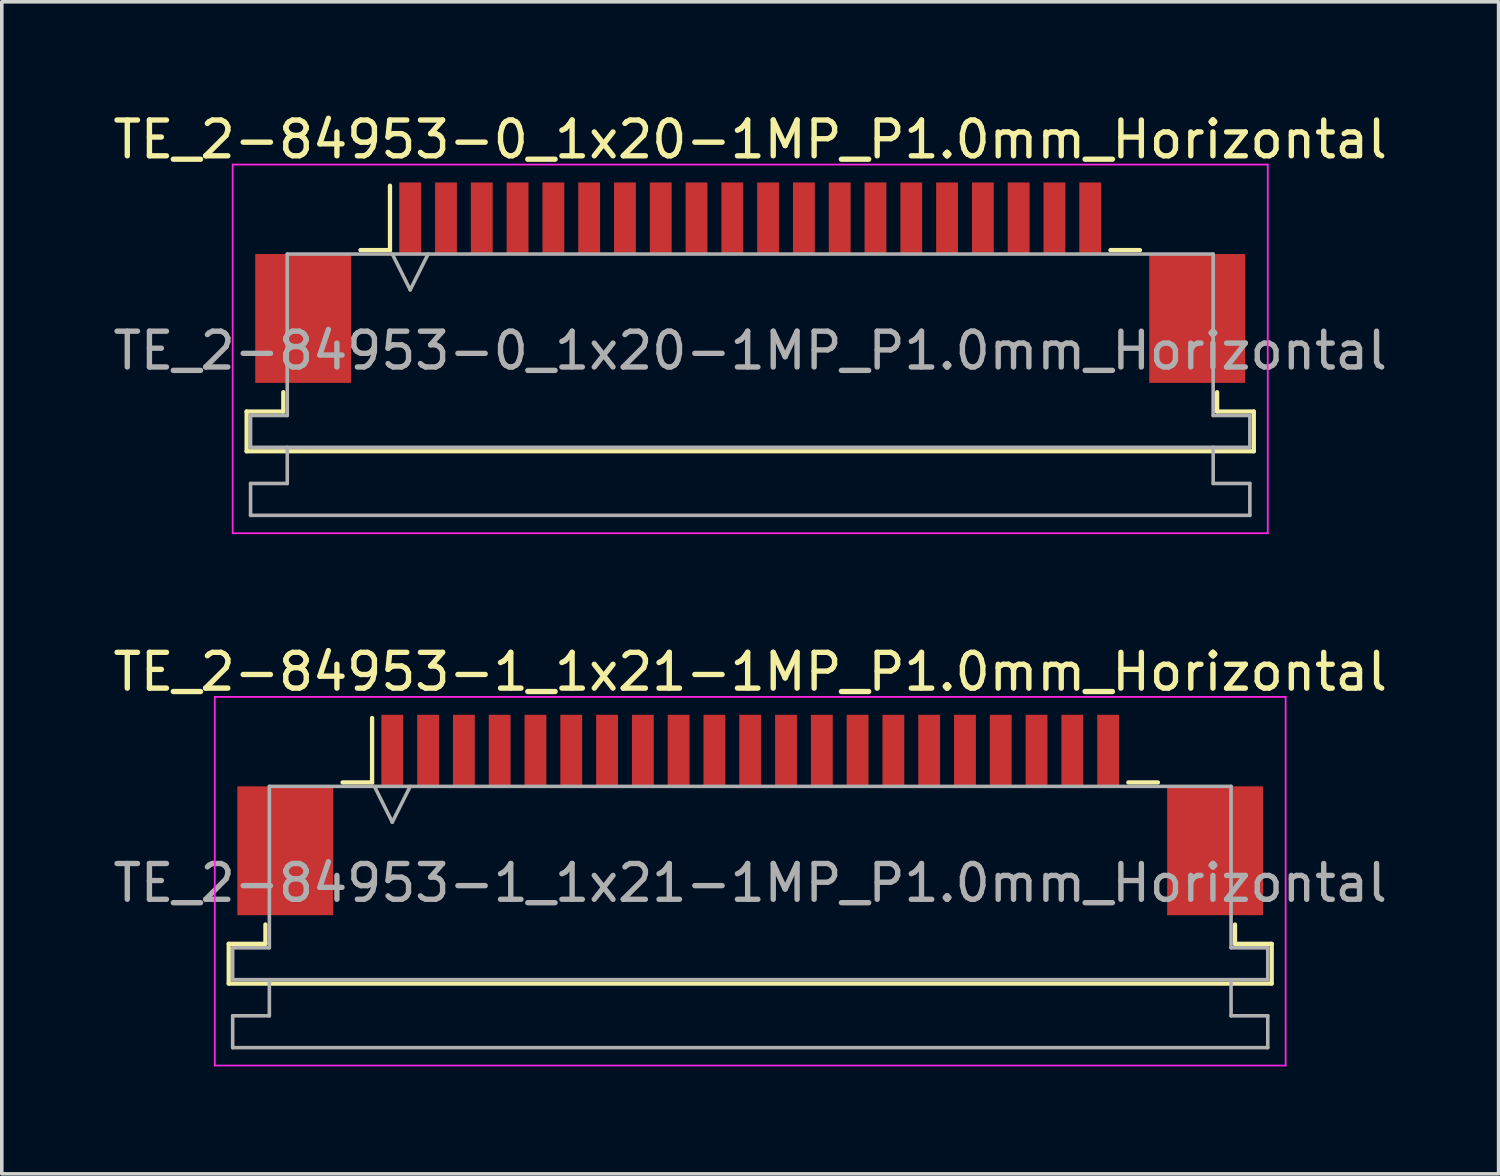
<source format=kicad_pcb>
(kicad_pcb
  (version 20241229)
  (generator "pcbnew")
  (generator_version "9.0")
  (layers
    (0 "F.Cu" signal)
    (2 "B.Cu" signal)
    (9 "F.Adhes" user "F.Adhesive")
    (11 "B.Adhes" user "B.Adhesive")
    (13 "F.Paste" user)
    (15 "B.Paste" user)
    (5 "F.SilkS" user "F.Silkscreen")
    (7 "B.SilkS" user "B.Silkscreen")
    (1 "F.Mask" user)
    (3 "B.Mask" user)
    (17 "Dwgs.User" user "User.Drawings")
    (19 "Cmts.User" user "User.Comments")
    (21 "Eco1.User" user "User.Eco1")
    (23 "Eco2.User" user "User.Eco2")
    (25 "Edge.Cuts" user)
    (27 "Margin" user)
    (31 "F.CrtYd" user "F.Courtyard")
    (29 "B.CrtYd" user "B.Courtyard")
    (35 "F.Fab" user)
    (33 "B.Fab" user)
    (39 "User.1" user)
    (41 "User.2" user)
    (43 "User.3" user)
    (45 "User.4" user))
  (footprint "TE_2-84953-0_1x20-1MP_P1.0mm_Horizontal"
    (layer "F.Cu")
    (at 17.911 4.848)
    (property "Reference" "TE_2-84953-0_1x20-1MP_P1.0mm_Horizontal" (at 0 -4 0) (layer "F.SilkS") (effects (font (size 1 1) (thickness 0.15))))
    (attr smd)
    (fp_line (start -14.07 3.6) (end -13.045 3.6) (stroke (width 0.12) (type solid)) (layer "F.SilkS"))
    (fp_line (start -14.07 4.71) (end -14.07 3.6) (stroke (width 0.12) (type solid)) (layer "F.SilkS"))
    (fp_line (start -13.045 3.6) (end -13.045 3.06) (stroke (width 0.12) (type solid)) (layer "F.SilkS"))
    (fp_line (start -10.89 -0.91) (end -10.065 -0.91) (stroke (width 0.12) (type solid)) (layer "F.SilkS"))
    (fp_line (start -10.065 -0.91) (end -10.065 -2.71) (stroke (width 0.12) (type solid)) (layer "F.SilkS"))
    (fp_line (start 10.065 -0.91) (end 10.89 -0.91) (stroke (width 0.12) (type solid)) (layer "F.SilkS"))
    (fp_line (start 13.045 3.06) (end 13.045 3.6) (stroke (width 0.12) (type solid)) (layer "F.SilkS"))
    (fp_line (start 13.045 3.6) (end 14.07 3.6) (stroke (width 0.12) (type solid)) (layer "F.SilkS"))
    (fp_line (start 14.07 3.6) (end 14.07 4.71) (stroke (width 0.12) (type solid)) (layer "F.SilkS"))
    (fp_line (start 14.07 4.71) (end -14.07 4.71) (stroke (width 0.12) (type solid)) (layer "F.SilkS"))
    (fp_line (start -14.46 -3.3) (end -14.46 7) (stroke (width 0.05) (type solid)) (layer "F.CrtYd"))
    (fp_line (start -14.46 7) (end 14.46 7) (stroke (width 0.05) (type solid)) (layer "F.CrtYd"))
    (fp_line (start 14.46 -3.3) (end -14.46 -3.3) (stroke (width 0.05) (type solid)) (layer "F.CrtYd"))
    (fp_line (start 14.46 7) (end 14.46 -3.3) (stroke (width 0.05) (type solid)) (layer "F.CrtYd"))
    (fp_line (start -13.96 3.71) (end -12.935 3.71) (stroke (width 0.1) (type solid)) (layer "F.Fab"))
    (fp_line (start -13.96 4.6) (end -13.96 3.71) (stroke (width 0.1) (type solid)) (layer "F.Fab"))
    (fp_line (start -13.96 5.61) (end -12.935 5.61) (stroke (width 0.1) (type solid)) (layer "F.Fab"))
    (fp_line (start -13.96 6.5) (end -13.96 5.61) (stroke (width 0.1) (type solid)) (layer "F.Fab"))
    (fp_line (start -12.935 -0.8) (end 12.935 -0.8) (stroke (width 0.1) (type solid)) (layer "F.Fab"))
    (fp_line (start -12.935 3.71) (end -12.935 -0.8) (stroke (width 0.1) (type solid)) (layer "F.Fab"))
    (fp_line (start -12.935 5.61) (end -12.935 4.6) (stroke (width 0.1) (type solid)) (layer "F.Fab"))
    (fp_line (start -10 -0.8) (end -9.5 0.2) (stroke (width 0.1) (type solid)) (layer "F.Fab"))
    (fp_line (start -9.5 0.2) (end -9 -0.8) (stroke (width 0.1) (type solid)) (layer "F.Fab"))
    (fp_line (start 12.935 -0.8) (end 12.935 3.71) (stroke (width 0.1) (type solid)) (layer "F.Fab"))
    (fp_line (start 12.935 3.71) (end 13.96 3.71) (stroke (width 0.1) (type solid)) (layer "F.Fab"))
    (fp_line (start 12.935 4.6) (end 12.935 5.61) (stroke (width 0.1) (type solid)) (layer "F.Fab"))
    (fp_line (start 12.935 5.61) (end 13.96 5.61) (stroke (width 0.1) (type solid)) (layer "F.Fab"))
    (fp_line (start 13.96 3.71) (end 13.96 4.6) (stroke (width 0.1) (type solid)) (layer "F.Fab"))
    (fp_line (start 13.96 4.6) (end -13.96 4.6) (stroke (width 0.1) (type solid)) (layer "F.Fab"))
    (fp_line (start 13.96 5.61) (end 13.96 6.5) (stroke (width 0.1) (type solid)) (layer "F.Fab"))
    (fp_line (start 13.96 6.5) (end -13.96 6.5) (stroke (width 0.1) (type solid)) (layer "F.Fab"))
    (fp_text user "${REFERENCE}" (at 0 1.9 0) (layer "F.Fab") (effects (font (size 1 1) (thickness 0.15))))
    (pad "1" smd rect (at -9.5 -1.8) (size 0.61 2) (layers "F.Cu" "F.Mask" "F.Paste"))
    (pad "2" smd rect (at -8.5 -1.8) (size 0.61 2) (layers "F.Cu" "F.Mask" "F.Paste"))
    (pad "3" smd rect (at -7.5 -1.8) (size 0.61 2) (layers "F.Cu" "F.Mask" "F.Paste"))
    (pad "4" smd rect (at -6.5 -1.8) (size 0.61 2) (layers "F.Cu" "F.Mask" "F.Paste"))
    (pad "5" smd rect (at -5.5 -1.8) (size 0.61 2) (layers "F.Cu" "F.Mask" "F.Paste"))
    (pad "6" smd rect (at -4.5 -1.8) (size 0.61 2) (layers "F.Cu" "F.Mask" "F.Paste"))
    (pad "7" smd rect (at -3.5 -1.8) (size 0.61 2) (layers "F.Cu" "F.Mask" "F.Paste"))
    (pad "8" smd rect (at -2.5 -1.8) (size 0.61 2) (layers "F.Cu" "F.Mask" "F.Paste"))
    (pad "9" smd rect (at -1.5 -1.8) (size 0.61 2) (layers "F.Cu" "F.Mask" "F.Paste"))
    (pad "10" smd rect (at -0.5 -1.8) (size 0.61 2) (layers "F.Cu" "F.Mask" "F.Paste"))
    (pad "11" smd rect (at 0.5 -1.8) (size 0.61 2) (layers "F.Cu" "F.Mask" "F.Paste"))
    (pad "12" smd rect (at 1.5 -1.8) (size 0.61 2) (layers "F.Cu" "F.Mask" "F.Paste"))
    (pad "13" smd rect (at 2.5 -1.8) (size 0.61 2) (layers "F.Cu" "F.Mask" "F.Paste"))
    (pad "14" smd rect (at 3.5 -1.8) (size 0.61 2) (layers "F.Cu" "F.Mask" "F.Paste"))
    (pad "15" smd rect (at 4.5 -1.8) (size 0.61 2) (layers "F.Cu" "F.Mask" "F.Paste"))
    (pad "16" smd rect (at 5.5 -1.8) (size 0.61 2) (layers "F.Cu" "F.Mask" "F.Paste"))
    (pad "17" smd rect (at 6.5 -1.8) (size 0.61 2) (layers "F.Cu" "F.Mask" "F.Paste"))
    (pad "18" smd rect (at 7.5 -1.8) (size 0.61 2) (layers "F.Cu" "F.Mask" "F.Paste"))
    (pad "19" smd rect (at 8.5 -1.8) (size 0.61 2) (layers "F.Cu" "F.Mask" "F.Paste"))
    (pad "20" smd rect (at 9.5 -1.8) (size 0.61 2) (layers "F.Cu" "F.Mask" "F.Paste"))
    (pad "MP" smd rect (at -12.49 1) (size 2.68 3.6) (layers "F.Cu" "F.Mask" "F.Paste"))
    (pad "MP" smd rect (at 12.49 1) (size 2.68 3.6) (layers "F.Cu" "F.Mask" "F.Paste")))
  (footprint "TE_2-84953-1_1x21-1MP_P1.0mm_Horizontal"
    (layer "F.Cu")
    (at 17.911 19.721)
    (property "Reference" "TE_2-84953-1_1x21-1MP_P1.0mm_Horizontal" (at 0 -4 0) (layer "F.SilkS") (effects (font (size 1 1) (thickness 0.15))))
    (attr smd)
    (fp_line (start -14.57 3.6) (end -13.545 3.6) (stroke (width 0.12) (type solid)) (layer "F.SilkS"))
    (fp_line (start -14.57 4.71) (end -14.57 3.6) (stroke (width 0.12) (type solid)) (layer "F.SilkS"))
    (fp_line (start -13.545 3.6) (end -13.545 3.06) (stroke (width 0.12) (type solid)) (layer "F.SilkS"))
    (fp_line (start -11.39 -0.91) (end -10.565 -0.91) (stroke (width 0.12) (type solid)) (layer "F.SilkS"))
    (fp_line (start -10.565 -0.91) (end -10.565 -2.71) (stroke (width 0.12) (type solid)) (layer "F.SilkS"))
    (fp_line (start 10.565 -0.91) (end 11.39 -0.91) (stroke (width 0.12) (type solid)) (layer "F.SilkS"))
    (fp_line (start 13.545 3.06) (end 13.545 3.6) (stroke (width 0.12) (type solid)) (layer "F.SilkS"))
    (fp_line (start 13.545 3.6) (end 14.57 3.6) (stroke (width 0.12) (type solid)) (layer "F.SilkS"))
    (fp_line (start 14.57 3.6) (end 14.57 4.71) (stroke (width 0.12) (type solid)) (layer "F.SilkS"))
    (fp_line (start 14.57 4.71) (end -14.57 4.71) (stroke (width 0.12) (type solid)) (layer "F.SilkS"))
    (fp_line (start -14.96 -3.3) (end -14.96 7) (stroke (width 0.05) (type solid)) (layer "F.CrtYd"))
    (fp_line (start -14.96 7) (end 14.96 7) (stroke (width 0.05) (type solid)) (layer "F.CrtYd"))
    (fp_line (start 14.96 -3.3) (end -14.96 -3.3) (stroke (width 0.05) (type solid)) (layer "F.CrtYd"))
    (fp_line (start 14.96 7) (end 14.96 -3.3) (stroke (width 0.05) (type solid)) (layer "F.CrtYd"))
    (fp_line (start -14.46 3.71) (end -13.435 3.71) (stroke (width 0.1) (type solid)) (layer "F.Fab"))
    (fp_line (start -14.46 4.6) (end -14.46 3.71) (stroke (width 0.1) (type solid)) (layer "F.Fab"))
    (fp_line (start -14.46 5.61) (end -13.435 5.61) (stroke (width 0.1) (type solid)) (layer "F.Fab"))
    (fp_line (start -14.46 6.5) (end -14.46 5.61) (stroke (width 0.1) (type solid)) (layer "F.Fab"))
    (fp_line (start -13.435 -0.8) (end 13.435 -0.8) (stroke (width 0.1) (type solid)) (layer "F.Fab"))
    (fp_line (start -13.435 3.71) (end -13.435 -0.8) (stroke (width 0.1) (type solid)) (layer "F.Fab"))
    (fp_line (start -13.435 5.61) (end -13.435 4.6) (stroke (width 0.1) (type solid)) (layer "F.Fab"))
    (fp_line (start -10.5 -0.8) (end -10 0.2) (stroke (width 0.1) (type solid)) (layer "F.Fab"))
    (fp_line (start -10 0.2) (end -9.5 -0.8) (stroke (width 0.1) (type solid)) (layer "F.Fab"))
    (fp_line (start 13.435 -0.8) (end 13.435 3.71) (stroke (width 0.1) (type solid)) (layer "F.Fab"))
    (fp_line (start 13.435 3.71) (end 14.46 3.71) (stroke (width 0.1) (type solid)) (layer "F.Fab"))
    (fp_line (start 13.435 4.6) (end 13.435 5.61) (stroke (width 0.1) (type solid)) (layer "F.Fab"))
    (fp_line (start 13.435 5.61) (end 14.46 5.61) (stroke (width 0.1) (type solid)) (layer "F.Fab"))
    (fp_line (start 14.46 3.71) (end 14.46 4.6) (stroke (width 0.1) (type solid)) (layer "F.Fab"))
    (fp_line (start 14.46 4.6) (end -14.46 4.6) (stroke (width 0.1) (type solid)) (layer "F.Fab"))
    (fp_line (start 14.46 5.61) (end 14.46 6.5) (stroke (width 0.1) (type solid)) (layer "F.Fab"))
    (fp_line (start 14.46 6.5) (end -14.46 6.5) (stroke (width 0.1) (type solid)) (layer "F.Fab"))
    (fp_text user "${REFERENCE}" (at 0 1.9 0) (layer "F.Fab") (effects (font (size 1 1) (thickness 0.15))))
    (pad "1" smd rect (at -10 -1.8) (size 0.61 2) (layers "F.Cu" "F.Mask" "F.Paste"))
    (pad "2" smd rect (at -9 -1.8) (size 0.61 2) (layers "F.Cu" "F.Mask" "F.Paste"))
    (pad "3" smd rect (at -8 -1.8) (size 0.61 2) (layers "F.Cu" "F.Mask" "F.Paste"))
    (pad "4" smd rect (at -7 -1.8) (size 0.61 2) (layers "F.Cu" "F.Mask" "F.Paste"))
    (pad "5" smd rect (at -6 -1.8) (size 0.61 2) (layers "F.Cu" "F.Mask" "F.Paste"))
    (pad "6" smd rect (at -5 -1.8) (size 0.61 2) (layers "F.Cu" "F.Mask" "F.Paste"))
    (pad "7" smd rect (at -4 -1.8) (size 0.61 2) (layers "F.Cu" "F.Mask" "F.Paste"))
    (pad "8" smd rect (at -3 -1.8) (size 0.61 2) (layers "F.Cu" "F.Mask" "F.Paste"))
    (pad "9" smd rect (at -2 -1.8) (size 0.61 2) (layers "F.Cu" "F.Mask" "F.Paste"))
    (pad "10" smd rect (at -1 -1.8) (size 0.61 2) (layers "F.Cu" "F.Mask" "F.Paste"))
    (pad "11" smd rect (at 0 -1.8) (size 0.61 2) (layers "F.Cu" "F.Mask" "F.Paste"))
    (pad "12" smd rect (at 1 -1.8) (size 0.61 2) (layers "F.Cu" "F.Mask" "F.Paste"))
    (pad "13" smd rect (at 2 -1.8) (size 0.61 2) (layers "F.Cu" "F.Mask" "F.Paste"))
    (pad "14" smd rect (at 3 -1.8) (size 0.61 2) (layers "F.Cu" "F.Mask" "F.Paste"))
    (pad "15" smd rect (at 4 -1.8) (size 0.61 2) (layers "F.Cu" "F.Mask" "F.Paste"))
    (pad "16" smd rect (at 5 -1.8) (size 0.61 2) (layers "F.Cu" "F.Mask" "F.Paste"))
    (pad "17" smd rect (at 6 -1.8) (size 0.61 2) (layers "F.Cu" "F.Mask" "F.Paste"))
    (pad "18" smd rect (at 7 -1.8) (size 0.61 2) (layers "F.Cu" "F.Mask" "F.Paste"))
    (pad "19" smd rect (at 8 -1.8) (size 0.61 2) (layers "F.Cu" "F.Mask" "F.Paste"))
    (pad "20" smd rect (at 9 -1.8) (size 0.61 2) (layers "F.Cu" "F.Mask" "F.Paste"))
    (pad "21" smd rect (at 10 -1.8) (size 0.61 2) (layers "F.Cu" "F.Mask" "F.Paste"))
    (pad "MP" smd rect (at -12.99 1) (size 2.68 3.6) (layers "F.Cu" "F.Mask" "F.Paste"))
    (pad "MP" smd rect (at 12.99 1) (size 2.68 3.6) (layers "F.Cu" "F.Mask" "F.Paste")))
  (gr_rect
    (start -3 -3)
    (end 38.821 29.747)
    (stroke (width 0.1) (type default))
    (fill no)
    (layer "Edge.Cuts")))
</source>
